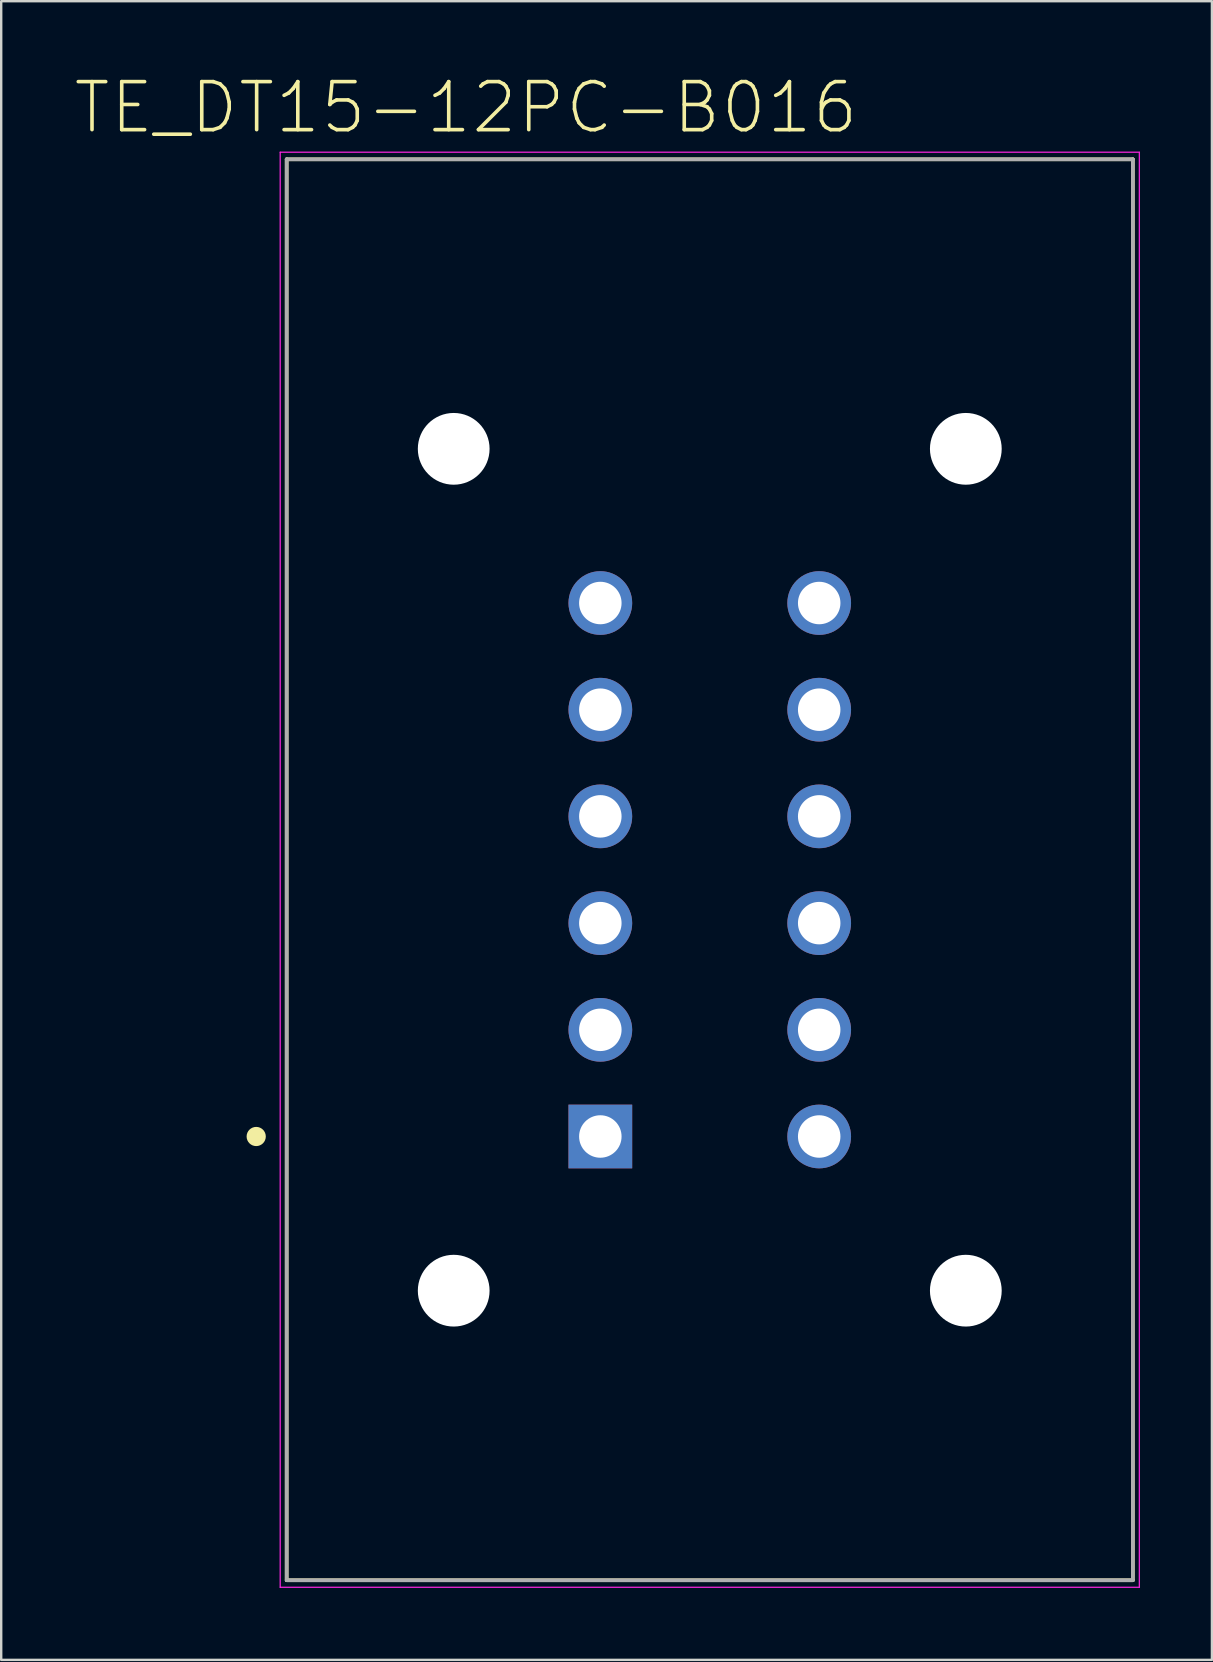
<source format=kicad_pcb>
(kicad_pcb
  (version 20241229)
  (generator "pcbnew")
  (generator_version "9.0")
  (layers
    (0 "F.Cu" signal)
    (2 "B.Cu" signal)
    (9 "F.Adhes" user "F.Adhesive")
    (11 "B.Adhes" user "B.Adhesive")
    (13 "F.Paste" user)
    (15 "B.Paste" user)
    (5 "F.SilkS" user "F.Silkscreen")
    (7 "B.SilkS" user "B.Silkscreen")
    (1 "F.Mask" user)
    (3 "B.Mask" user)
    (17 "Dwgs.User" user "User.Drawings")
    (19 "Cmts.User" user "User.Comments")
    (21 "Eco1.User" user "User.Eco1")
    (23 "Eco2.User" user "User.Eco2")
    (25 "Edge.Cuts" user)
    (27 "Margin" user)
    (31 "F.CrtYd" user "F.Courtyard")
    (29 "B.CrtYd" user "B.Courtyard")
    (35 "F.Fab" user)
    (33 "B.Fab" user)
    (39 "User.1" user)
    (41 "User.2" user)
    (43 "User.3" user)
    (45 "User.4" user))
  (footprint "TE_DT15-12PC-B016"
    (layer "F.Cu")
    (at 26.526 33.193)
    (property "Reference" "TE_DT15-12PC-B016" (at -10.163 -31.759 0) (layer "F.SilkS") (effects (font (size 2.001 2.001) (thickness 0.15))))
    (attr through_hole)
    (fp_line (start -17.63 -29.605) (end 17.63 -29.605) (stroke (width 0.152) (type solid)) (layer "F.SilkS"))
    (fp_line (start -17.63 29.605) (end -17.63 -29.605) (stroke (width 0.152) (type solid)) (layer "F.SilkS"))
    (fp_line (start 17.63 -29.605) (end 17.63 29.605) (stroke (width 0.152) (type solid)) (layer "F.SilkS"))
    (fp_line (start 17.63 29.605) (end -17.63 29.605) (stroke (width 0.152) (type solid)) (layer "F.SilkS"))
    (fp_circle (center -18.9 11.115) (end -18.7 11.115) (stroke (width 0.4) (type solid)) (fill no) (layer "F.SilkS"))
    (fp_line (start -17.9 -29.9) (end 17.9 -29.9) (stroke (width 0.05) (type solid)) (layer "F.CrtYd"))
    (fp_line (start -17.9 29.9) (end -17.9 -29.9) (stroke (width 0.05) (type solid)) (layer "F.CrtYd"))
    (fp_line (start 17.9 -29.9) (end 17.9 29.9) (stroke (width 0.05) (type solid)) (layer "F.CrtYd"))
    (fp_line (start 17.9 29.9) (end -17.9 29.9) (stroke (width 0.05) (type solid)) (layer "F.CrtYd"))
    (fp_line (start -17.63 -29.605) (end 17.63 -29.605) (stroke (width 0.152) (type solid)) (layer "F.Fab"))
    (fp_line (start -17.63 29.605) (end -17.63 -29.605) (stroke (width 0.152) (type solid)) (layer "F.Fab"))
    (fp_line (start 17.63 -29.605) (end 17.63 29.605) (stroke (width 0.152) (type solid)) (layer "F.Fab"))
    (fp_line (start 17.63 29.605) (end -17.63 29.605) (stroke (width 0.152) (type solid)) (layer "F.Fab"))
    (pad "" np_thru_hole circle (at -10.67 -17.54) (size 2.99 2.99) (drill 2.99) (layers "*.Cu" "*.Mask"))
    (pad "" np_thru_hole circle (at -10.67 17.54) (size 2.99 2.99) (drill 2.99) (layers "*.Cu" "*.Mask"))
    (pad "" np_thru_hole circle (at 10.67 -17.54) (size 2.99 2.99) (drill 2.99) (layers "*.Cu" "*.Mask"))
    (pad "" np_thru_hole circle (at 10.67 17.54) (size 2.99 2.99) (drill 2.99) (layers "*.Cu" "*.Mask"))
    (pad "1" thru_hole rect (at -4.56 11.115) (size 2.655 2.655) (drill 1.77) (layers "*.Cu" "*.Mask"))
    (pad "2" thru_hole circle (at -4.56 6.67) (size 2.655 2.655) (drill 1.77) (layers "*.Cu" "*.Mask"))
    (pad "3" thru_hole circle (at -4.56 2.225) (size 2.655 2.655) (drill 1.77) (layers "*.Cu" "*.Mask"))
    (pad "4" thru_hole circle (at -4.56 -2.225) (size 2.655 2.655) (drill 1.77) (layers "*.Cu" "*.Mask"))
    (pad "5" thru_hole circle (at -4.56 -6.67) (size 2.655 2.655) (drill 1.77) (layers "*.Cu" "*.Mask"))
    (pad "6" thru_hole circle (at -4.56 -11.115) (size 2.655 2.655) (drill 1.77) (layers "*.Cu" "*.Mask"))
    (pad "7" thru_hole circle (at 4.56 -11.115) (size 2.655 2.655) (drill 1.77) (layers "*.Cu" "*.Mask"))
    (pad "8" thru_hole circle (at 4.56 -6.67) (size 2.655 2.655) (drill 1.77) (layers "*.Cu" "*.Mask"))
    (pad "9" thru_hole circle (at 4.56 -2.225) (size 2.655 2.655) (drill 1.77) (layers "*.Cu" "*.Mask"))
    (pad "10" thru_hole circle (at 4.56 2.225) (size 2.655 2.655) (drill 1.77) (layers "*.Cu" "*.Mask"))
    (pad "11" thru_hole circle (at 4.56 6.67) (size 2.655 2.655) (drill 1.77) (layers "*.Cu" "*.Mask"))
    (pad "12" thru_hole circle (at 4.56 11.115) (size 2.655 2.655) (drill 1.77) (layers "*.Cu" "*.Mask")))
  (gr_rect
    (start -3 -3)
    (end 47.451 66.118)
    (stroke (width 0.1) (type default))
    (fill no)
    (layer "Edge.Cuts")))
</source>
